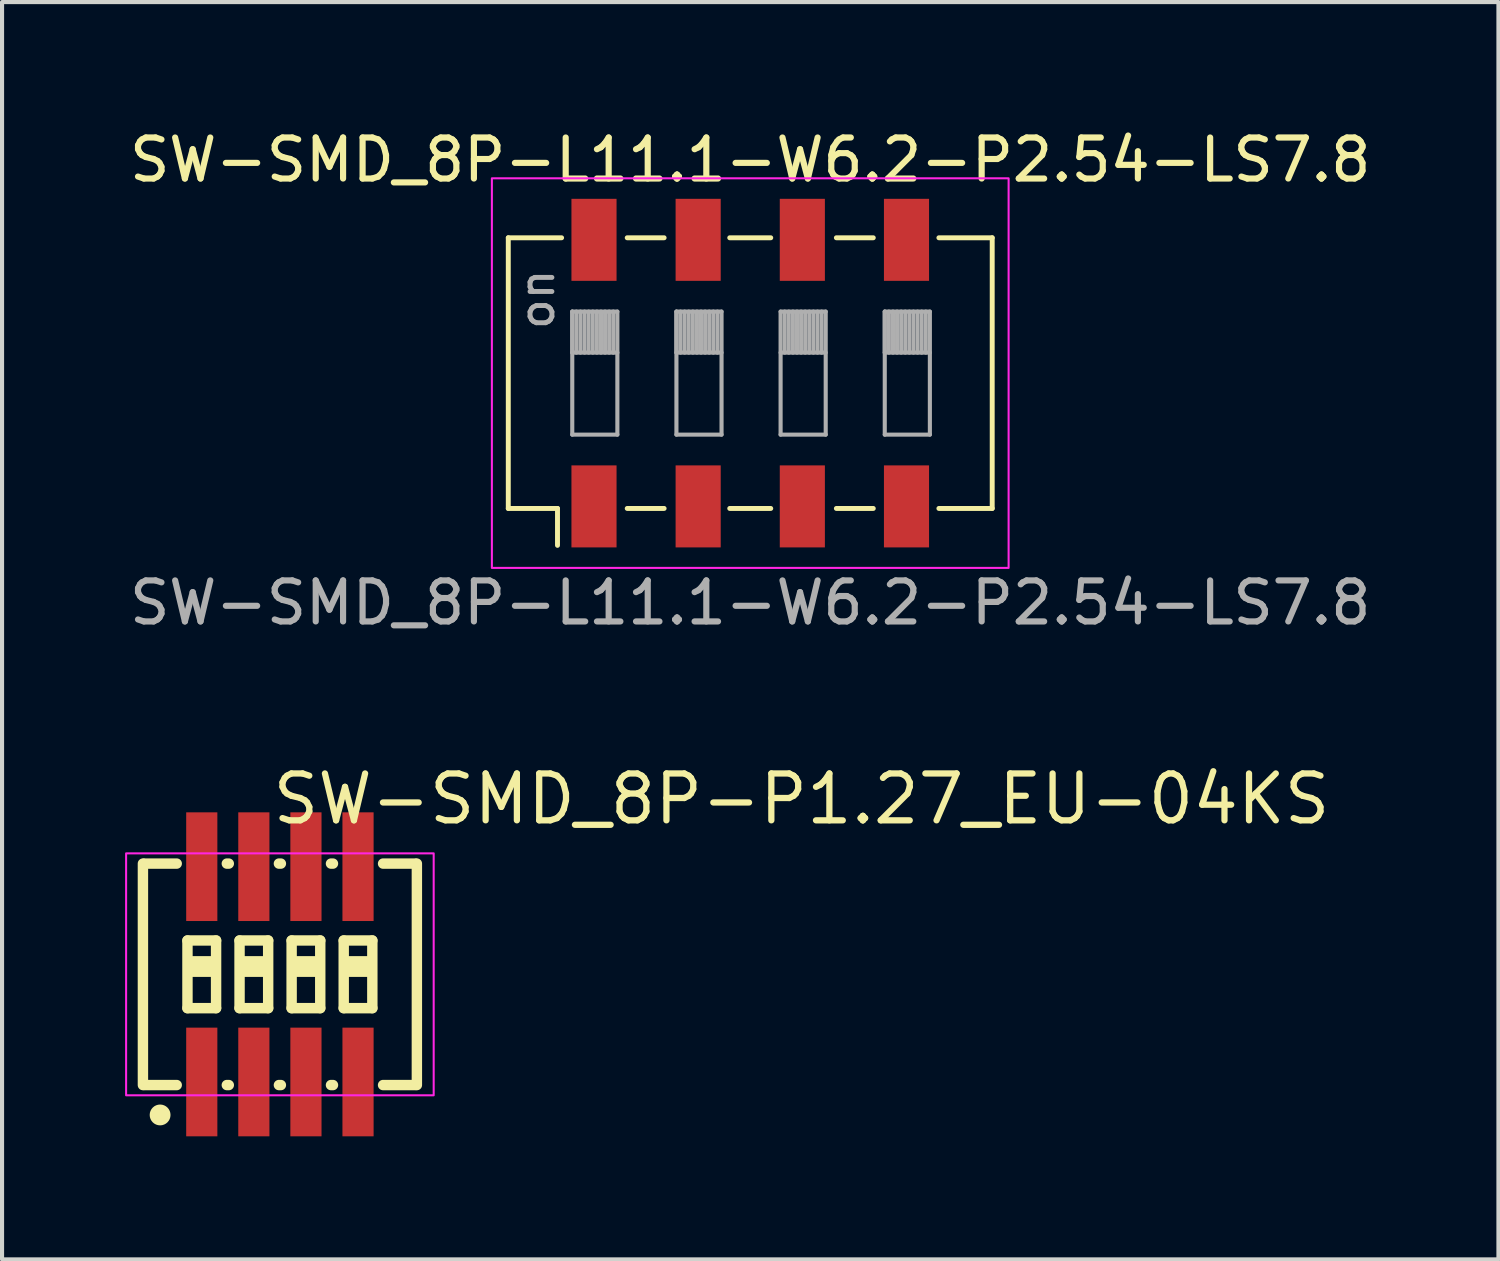
<source format=kicad_pcb>
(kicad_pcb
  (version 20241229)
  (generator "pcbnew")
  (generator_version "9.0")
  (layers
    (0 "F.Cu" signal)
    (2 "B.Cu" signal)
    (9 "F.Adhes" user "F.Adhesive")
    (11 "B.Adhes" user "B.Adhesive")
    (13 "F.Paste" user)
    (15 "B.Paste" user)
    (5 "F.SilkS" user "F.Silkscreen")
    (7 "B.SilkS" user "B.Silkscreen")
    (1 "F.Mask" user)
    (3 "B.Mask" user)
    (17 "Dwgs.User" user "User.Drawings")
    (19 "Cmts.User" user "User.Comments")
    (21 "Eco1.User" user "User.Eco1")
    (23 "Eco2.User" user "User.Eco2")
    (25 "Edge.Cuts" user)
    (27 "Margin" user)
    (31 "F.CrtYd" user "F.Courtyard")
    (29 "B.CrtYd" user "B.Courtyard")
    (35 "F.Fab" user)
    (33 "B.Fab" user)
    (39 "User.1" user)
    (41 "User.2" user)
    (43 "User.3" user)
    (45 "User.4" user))
  (footprint "SW-SMD_8P-P1.27_EU-04KS"
    (layer "F.Cu")
    (at 3.775 20.708)
    (property "Reference" "SW-SMD_8P-P1.27_EU-04KS" (at -0.254 -4.276 0) (layer "F.SilkS") (effects (font (size 1.143 1.143) (thickness 0.152)) (justify left)))
    (attr smd)
    (fp_line (start -3.34 -2.7) (end -3.34 2.7) (stroke (width 0.254) (type solid)) (layer "F.SilkS"))
    (fp_line (start -3.302 -2.7) (end -2.516 -2.7) (stroke (width 0.254) (type solid)) (layer "F.SilkS"))
    (fp_line (start -3.302 2.7) (end -2.516 2.7) (stroke (width 0.254) (type solid)) (layer "F.SilkS"))
    (fp_line (start -2.254 -0.825) (end -1.556 -0.825) (stroke (width 0.254) (type solid)) (layer "F.SilkS"))
    (fp_line (start -2.254 0.825) (end -2.254 -0.825) (stroke (width 0.254) (type solid)) (layer "F.SilkS"))
    (fp_line (start -1.556 -0.825) (end -1.556 0.825) (stroke (width 0.254) (type solid)) (layer "F.SilkS"))
    (fp_line (start -1.556 0.825) (end -2.254 0.825) (stroke (width 0.254) (type solid)) (layer "F.SilkS"))
    (fp_line (start -1.294 -2.7) (end -1.246 -2.7) (stroke (width 0.254) (type solid)) (layer "F.SilkS"))
    (fp_line (start -1.294 2.7) (end -1.246 2.7) (stroke (width 0.254) (type solid)) (layer "F.SilkS"))
    (fp_line (start -0.984 -0.825) (end -0.286 -0.825) (stroke (width 0.254) (type solid)) (layer "F.SilkS"))
    (fp_line (start -0.984 0.825) (end -0.984 -0.825) (stroke (width 0.254) (type solid)) (layer "F.SilkS"))
    (fp_line (start -0.286 -0.825) (end -0.286 0.825) (stroke (width 0.254) (type solid)) (layer "F.SilkS"))
    (fp_line (start -0.286 0.825) (end -0.984 0.825) (stroke (width 0.254) (type solid)) (layer "F.SilkS"))
    (fp_line (start -0.024 -2.7) (end 0.024 -2.7) (stroke (width 0.254) (type solid)) (layer "F.SilkS"))
    (fp_line (start -0.024 2.7) (end 0.024 2.7) (stroke (width 0.254) (type solid)) (layer "F.SilkS"))
    (fp_line (start 0.286 -0.825) (end 0.984 -0.825) (stroke (width 0.254) (type solid)) (layer "F.SilkS"))
    (fp_line (start 0.286 0.825) (end 0.286 -0.825) (stroke (width 0.254) (type solid)) (layer "F.SilkS"))
    (fp_line (start 0.984 -0.825) (end 0.984 0.825) (stroke (width 0.254) (type solid)) (layer "F.SilkS"))
    (fp_line (start 0.984 0.825) (end 0.286 0.825) (stroke (width 0.254) (type solid)) (layer "F.SilkS"))
    (fp_line (start 1.246 -2.7) (end 1.294 -2.7) (stroke (width 0.254) (type solid)) (layer "F.SilkS"))
    (fp_line (start 1.246 2.7) (end 1.294 2.7) (stroke (width 0.254) (type solid)) (layer "F.SilkS"))
    (fp_line (start 1.556 -0.825) (end 2.254 -0.825) (stroke (width 0.254) (type solid)) (layer "F.SilkS"))
    (fp_line (start 1.556 0.825) (end 1.556 -0.825) (stroke (width 0.254) (type solid)) (layer "F.SilkS"))
    (fp_line (start 2.254 -0.825) (end 2.254 0.825) (stroke (width 0.254) (type solid)) (layer "F.SilkS"))
    (fp_line (start 2.254 0.825) (end 1.556 0.825) (stroke (width 0.254) (type solid)) (layer "F.SilkS"))
    (fp_line (start 3.302 -2.7) (end 2.516 -2.7) (stroke (width 0.254) (type solid)) (layer "F.SilkS"))
    (fp_line (start 3.302 2.7) (end 2.516 2.7) (stroke (width 0.254) (type solid)) (layer "F.SilkS"))
    (fp_line (start 3.34 2.7) (end 3.34 -2.7) (stroke (width 0.254) (type solid)) (layer "F.SilkS"))
    (fp_circle (center -2.921 3.429) (end -2.794 3.429) (stroke (width 0.254) (type solid)) (fill no) (layer "F.SilkS"))
    (fp_poly (pts (xy -2.318 -0.444) (xy -1.492 -0.444) (xy -1.492 0.063) (xy -2.318 0.063)) (stroke (width 0) (type solid)) (fill yes) (layer "F.SilkS"))
    (fp_poly (pts (xy -1.048 -0.444) (xy -0.222 -0.444) (xy -0.222 0.063) (xy -1.048 0.063)) (stroke (width 0) (type solid)) (fill yes) (layer "F.SilkS"))
    (fp_poly (pts (xy 0.222 -0.444) (xy 1.048 -0.444) (xy 1.048 0.063) (xy 0.222 0.063)) (stroke (width 0) (type solid)) (fill yes) (layer "F.SilkS"))
    (fp_poly (pts (xy 1.492 -0.444) (xy 2.318 -0.444) (xy 2.318 0.063) (xy 1.492 0.063)) (stroke (width 0) (type solid)) (fill yes) (layer "F.SilkS"))
    (fp_rect (start -3.75 -2.95) (end 3.75 2.95) (stroke (width 0.05) (type default)) (fill no) (layer "F.CrtYd"))
    (pad "1" smd rect (at -1.905 2.625 90) (size 2.65 0.76) (layers "F.Cu" "F.Mask" "F.Paste"))
    (pad "2" smd rect (at -0.635 2.625 90) (size 2.65 0.76) (layers "F.Cu" "F.Mask" "F.Paste"))
    (pad "3" smd rect (at 0.635 2.625 90) (size 2.65 0.76) (layers "F.Cu" "F.Mask" "F.Paste"))
    (pad "4" smd rect (at 1.905 2.625 90) (size 2.65 0.76) (layers "F.Cu" "F.Mask" "F.Paste"))
    (pad "5" smd rect (at 1.905 -2.625 90) (size 2.65 0.76) (layers "F.Cu" "F.Mask" "F.Paste"))
    (pad "6" smd rect (at 0.635 -2.625 90) (size 2.65 0.76) (layers "F.Cu" "F.Mask" "F.Paste"))
    (pad "7" smd rect (at -0.635 -2.625 90) (size 2.65 0.76) (layers "F.Cu" "F.Mask" "F.Paste"))
    (pad "8" smd rect (at -1.905 -2.625 90) (size 2.65 0.76) (layers "F.Cu" "F.Mask" "F.Paste")))
  (footprint "SW-SMD_8P-L11.1-W6.2-P2.54-LS7.8"
    (layer "F.Cu")
    (at 15.244 6.048)
    (property "Reference" "SW-SMD_8P-L11.1-W6.2-P2.54-LS7.8" (at 0 -5.2 0) (layer "F.SilkS") (effects (font (size 1 1) (thickness 0.15))))
    (attr smd)
    (fp_line (start -5.9 3.3) (end -5.9 -3.3) (stroke (width 0.12) (type solid)) (layer "F.SilkS"))
    (fp_line (start -5.9 3.3) (end -4.7 3.3) (stroke (width 0.12) (type default)) (layer "F.SilkS"))
    (fp_line (start -4.7 3.3) (end -4.7 4.2) (stroke (width 0.12) (type default)) (layer "F.SilkS"))
    (fp_line (start -4.6 -3.3) (end -5.9 -3.3) (stroke (width 0.12) (type default)) (layer "F.SilkS"))
    (fp_line (start -2.1 -3.3) (end -3 -3.3) (stroke (width 0.12) (type default)) (layer "F.SilkS"))
    (fp_line (start -2.1 3.3) (end -3 3.3) (stroke (width 0.12) (type default)) (layer "F.SilkS"))
    (fp_line (start 0.5 -3.3) (end -0.5 -3.3) (stroke (width 0.12) (type default)) (layer "F.SilkS"))
    (fp_line (start 0.5 3.3) (end -0.5 3.3) (stroke (width 0.12) (type default)) (layer "F.SilkS"))
    (fp_line (start 3 -3.3) (end 2.1 -3.3) (stroke (width 0.12) (type default)) (layer "F.SilkS"))
    (fp_line (start 3 3.3) (end 2.1 3.3) (stroke (width 0.12) (type default)) (layer "F.SilkS"))
    (fp_line (start 5.9 -3.3) (end 4.6 -3.3) (stroke (width 0.12) (type default)) (layer "F.SilkS"))
    (fp_line (start 5.9 3.3) (end 4.6 3.3) (stroke (width 0.12) (type default)) (layer "F.SilkS"))
    (fp_line (start 5.9 3.3) (end 5.9 -3.3) (stroke (width 0.12) (type solid)) (layer "F.SilkS"))
    (fp_rect (start -6.3 -4.75) (end 6.3 4.75) (stroke (width 0.05) (type default)) (fill no) (layer "F.CrtYd"))
    (fp_line (start -4.34 -1.5) (end -4.34 -0.5) (stroke (width 0.1) (type solid)) (layer "F.Fab"))
    (fp_line (start -4.34 -1.5) (end -4.34 1.5) (stroke (width 0.1) (type solid)) (layer "F.Fab"))
    (fp_line (start -4.34 1.5) (end -3.24 1.5) (stroke (width 0.1) (type solid)) (layer "F.Fab"))
    (fp_line (start -4.24 -1.5) (end -4.24 -0.5) (stroke (width 0.1) (type solid)) (layer "F.Fab"))
    (fp_line (start -4.14 -1.5) (end -4.14 -0.5) (stroke (width 0.1) (type solid)) (layer "F.Fab"))
    (fp_line (start -4.04 -1.5) (end -4.04 -0.5) (stroke (width 0.1) (type solid)) (layer "F.Fab"))
    (fp_line (start -3.94 -1.5) (end -3.94 -0.5) (stroke (width 0.1) (type solid)) (layer "F.Fab"))
    (fp_line (start -3.84 -1.5) (end -3.84 -0.5) (stroke (width 0.1) (type solid)) (layer "F.Fab"))
    (fp_line (start -3.74 -1.5) (end -3.74 -0.5) (stroke (width 0.1) (type solid)) (layer "F.Fab"))
    (fp_line (start -3.64 -1.5) (end -3.64 -0.5) (stroke (width 0.1) (type solid)) (layer "F.Fab"))
    (fp_line (start -3.54 -1.5) (end -3.54 -0.5) (stroke (width 0.1) (type solid)) (layer "F.Fab"))
    (fp_line (start -3.44 -1.5) (end -3.44 -0.5) (stroke (width 0.1) (type solid)) (layer "F.Fab"))
    (fp_line (start -3.34 -1.5) (end -3.34 -0.5) (stroke (width 0.1) (type solid)) (layer "F.Fab"))
    (fp_line (start -3.24 -1.5) (end -4.34 -1.5) (stroke (width 0.1) (type solid)) (layer "F.Fab"))
    (fp_line (start -3.24 -0.5) (end -4.34 -0.5) (stroke (width 0.1) (type solid)) (layer "F.Fab"))
    (fp_line (start -3.24 1.5) (end -3.24 -1.5) (stroke (width 0.1) (type solid)) (layer "F.Fab"))
    (fp_line (start -1.8 -1.5) (end -1.8 -0.5) (stroke (width 0.1) (type solid)) (layer "F.Fab"))
    (fp_line (start -1.8 -1.5) (end -1.8 1.5) (stroke (width 0.1) (type solid)) (layer "F.Fab"))
    (fp_line (start -1.8 1.5) (end -0.7 1.5) (stroke (width 0.1) (type solid)) (layer "F.Fab"))
    (fp_line (start -1.7 -1.5) (end -1.7 -0.5) (stroke (width 0.1) (type solid)) (layer "F.Fab"))
    (fp_line (start -1.6 -1.5) (end -1.6 -0.5) (stroke (width 0.1) (type solid)) (layer "F.Fab"))
    (fp_line (start -1.5 -1.5) (end -1.5 -0.5) (stroke (width 0.1) (type solid)) (layer "F.Fab"))
    (fp_line (start -1.4 -1.5) (end -1.4 -0.5) (stroke (width 0.1) (type solid)) (layer "F.Fab"))
    (fp_line (start -1.3 -1.5) (end -1.3 -0.5) (stroke (width 0.1) (type solid)) (layer "F.Fab"))
    (fp_line (start -1.2 -1.5) (end -1.2 -0.5) (stroke (width 0.1) (type solid)) (layer "F.Fab"))
    (fp_line (start -1.1 -1.5) (end -1.1 -0.5) (stroke (width 0.1) (type solid)) (layer "F.Fab"))
    (fp_line (start -1 -1.5) (end -1 -0.5) (stroke (width 0.1) (type solid)) (layer "F.Fab"))
    (fp_line (start -0.9 -1.5) (end -0.9 -0.5) (stroke (width 0.1) (type solid)) (layer "F.Fab"))
    (fp_line (start -0.8 -1.5) (end -0.8 -0.5) (stroke (width 0.1) (type solid)) (layer "F.Fab"))
    (fp_line (start -0.7 -1.5) (end -1.8 -1.5) (stroke (width 0.1) (type solid)) (layer "F.Fab"))
    (fp_line (start -0.7 -0.5) (end -1.8 -0.5) (stroke (width 0.1) (type solid)) (layer "F.Fab"))
    (fp_line (start -0.7 1.5) (end -0.7 -1.5) (stroke (width 0.1) (type solid)) (layer "F.Fab"))
    (fp_line (start 0.74 -1.5) (end 0.74 1.5) (stroke (width 0.1) (type solid)) (layer "F.Fab"))
    (fp_line (start 0.74 1.5) (end 1.84 1.5) (stroke (width 0.1) (type solid)) (layer "F.Fab"))
    (fp_line (start 0.84 -1.5) (end 0.84 -0.5) (stroke (width 0.1) (type solid)) (layer "F.Fab"))
    (fp_line (start 0.94 -1.5) (end 0.94 -0.5) (stroke (width 0.1) (type solid)) (layer "F.Fab"))
    (fp_line (start 1.04 -1.5) (end 1.04 -0.5) (stroke (width 0.1) (type solid)) (layer "F.Fab"))
    (fp_line (start 1.14 -1.5) (end 1.14 -0.5) (stroke (width 0.1) (type solid)) (layer "F.Fab"))
    (fp_line (start 1.24 -1.5) (end 1.24 -0.5) (stroke (width 0.1) (type solid)) (layer "F.Fab"))
    (fp_line (start 1.34 -1.5) (end 1.34 -0.5) (stroke (width 0.1) (type solid)) (layer "F.Fab"))
    (fp_line (start 1.44 -1.5) (end 1.44 -0.5) (stroke (width 0.1) (type solid)) (layer "F.Fab"))
    (fp_line (start 1.54 -1.5) (end 1.54 -0.5) (stroke (width 0.1) (type solid)) (layer "F.Fab"))
    (fp_line (start 1.64 -1.5) (end 1.64 -0.5) (stroke (width 0.1) (type solid)) (layer "F.Fab"))
    (fp_line (start 1.74 -1.5) (end 1.74 -0.5) (stroke (width 0.1) (type solid)) (layer "F.Fab"))
    (fp_line (start 1.84 -1.5) (end 0.74 -1.5) (stroke (width 0.1) (type solid)) (layer "F.Fab"))
    (fp_line (start 1.84 -0.5) (end 0.74 -0.5) (stroke (width 0.1) (type solid)) (layer "F.Fab"))
    (fp_line (start 1.84 1.5) (end 1.84 -1.5) (stroke (width 0.1) (type solid)) (layer "F.Fab"))
    (fp_line (start 3.28 -1.5) (end 3.28 -0.5) (stroke (width 0.1) (type solid)) (layer "F.Fab"))
    (fp_line (start 3.28 -1.5) (end 3.28 1.5) (stroke (width 0.1) (type solid)) (layer "F.Fab"))
    (fp_line (start 3.28 1.5) (end 4.38 1.5) (stroke (width 0.1) (type solid)) (layer "F.Fab"))
    (fp_line (start 3.38 -1.5) (end 3.38 -0.5) (stroke (width 0.1) (type solid)) (layer "F.Fab"))
    (fp_line (start 3.48 -1.5) (end 3.48 -0.5) (stroke (width 0.1) (type solid)) (layer "F.Fab"))
    (fp_line (start 3.58 -1.5) (end 3.58 -0.5) (stroke (width 0.1) (type solid)) (layer "F.Fab"))
    (fp_line (start 3.68 -1.5) (end 3.68 -0.5) (stroke (width 0.1) (type solid)) (layer "F.Fab"))
    (fp_line (start 3.78 -1.5) (end 3.78 -0.5) (stroke (width 0.1) (type solid)) (layer "F.Fab"))
    (fp_line (start 3.88 -1.5) (end 3.88 -0.5) (stroke (width 0.1) (type solid)) (layer "F.Fab"))
    (fp_line (start 3.98 -1.5) (end 3.98 -0.5) (stroke (width 0.1) (type solid)) (layer "F.Fab"))
    (fp_line (start 4.08 -1.5) (end 4.08 -0.5) (stroke (width 0.1) (type solid)) (layer "F.Fab"))
    (fp_line (start 4.18 -1.5) (end 4.18 -0.5) (stroke (width 0.1) (type solid)) (layer "F.Fab"))
    (fp_line (start 4.28 -1.5) (end 4.28 -0.5) (stroke (width 0.1) (type solid)) (layer "F.Fab"))
    (fp_line (start 4.38 -1.5) (end 3.28 -1.5) (stroke (width 0.1) (type solid)) (layer "F.Fab"))
    (fp_line (start 4.38 -0.5) (end 3.28 -0.5) (stroke (width 0.1) (type solid)) (layer "F.Fab"))
    (fp_line (start 4.38 1.5) (end 4.38 -1.5) (stroke (width 0.1) (type solid)) (layer "F.Fab"))
    (fp_text user "${REFERENCE}" (at 0 5.6 0) (layer "F.Fab") (effects (font (size 1 1) (thickness 0.15))))
    (fp_text user "on" (at -5.2 -1.8 270) (layer "F.Fab") (effects (font (size 0.8 0.8) (thickness 0.12))))
    (pad "1" smd rect (at -3.81 3.25) (size 1.1 2) (layers "F.Cu" "F.Mask" "F.Paste"))
    (pad "2" smd rect (at -1.27 3.25) (size 1.1 2) (layers "F.Cu" "F.Mask" "F.Paste"))
    (pad "3" smd rect (at 1.27 3.25) (size 1.1 2) (layers "F.Cu" "F.Mask" "F.Paste"))
    (pad "4" smd rect (at 3.81 3.25) (size 1.1 2) (layers "F.Cu" "F.Mask" "F.Paste"))
    (pad "5" smd rect (at 3.81 -3.25) (size 1.1 2) (layers "F.Cu" "F.Mask" "F.Paste"))
    (pad "6" smd rect (at 1.27 -3.25) (size 1.1 2) (layers "F.Cu" "F.Mask" "F.Paste"))
    (pad "7" smd rect (at -1.27 -3.25) (size 1.1 2) (layers "F.Cu" "F.Mask" "F.Paste"))
    (pad "8" smd rect (at -3.81 -3.25) (size 1.1 2) (layers "F.Cu" "F.Mask" "F.Paste")))
  (gr_rect
    (start -3 -3)
    (end 33.488 27.658)
    (stroke (width 0.1) (type default))
    (fill no)
    (layer "Edge.Cuts")))
</source>
